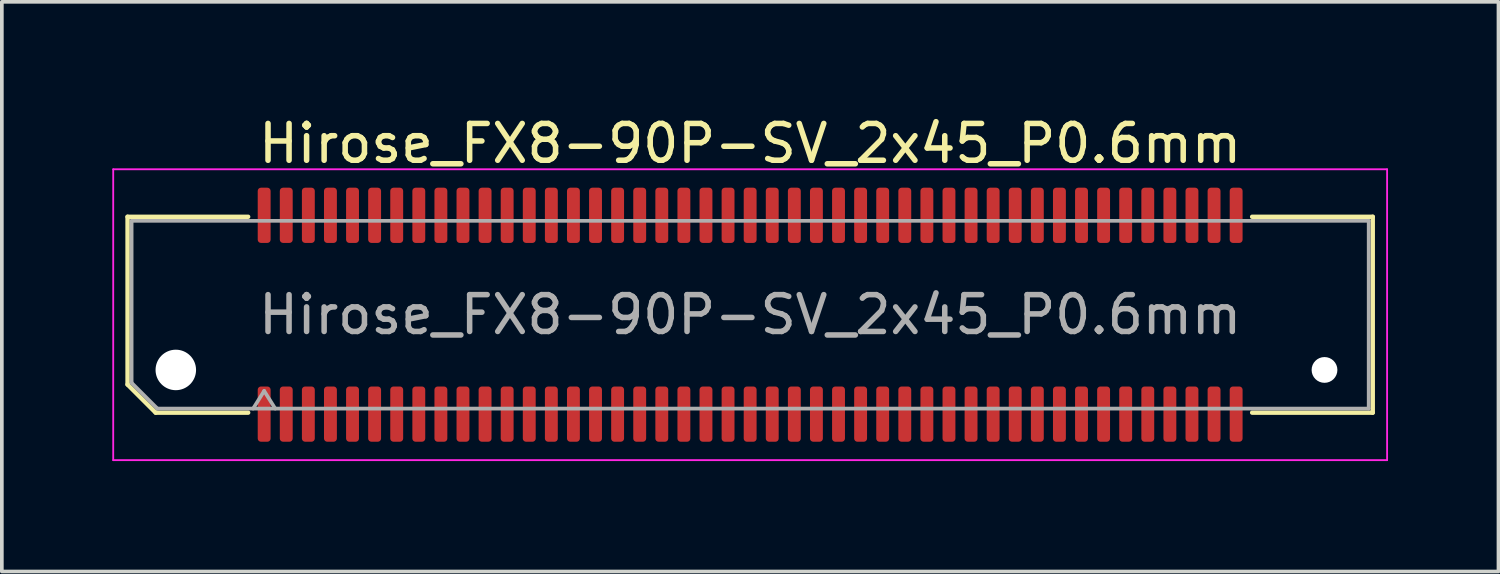
<source format=kicad_pcb>
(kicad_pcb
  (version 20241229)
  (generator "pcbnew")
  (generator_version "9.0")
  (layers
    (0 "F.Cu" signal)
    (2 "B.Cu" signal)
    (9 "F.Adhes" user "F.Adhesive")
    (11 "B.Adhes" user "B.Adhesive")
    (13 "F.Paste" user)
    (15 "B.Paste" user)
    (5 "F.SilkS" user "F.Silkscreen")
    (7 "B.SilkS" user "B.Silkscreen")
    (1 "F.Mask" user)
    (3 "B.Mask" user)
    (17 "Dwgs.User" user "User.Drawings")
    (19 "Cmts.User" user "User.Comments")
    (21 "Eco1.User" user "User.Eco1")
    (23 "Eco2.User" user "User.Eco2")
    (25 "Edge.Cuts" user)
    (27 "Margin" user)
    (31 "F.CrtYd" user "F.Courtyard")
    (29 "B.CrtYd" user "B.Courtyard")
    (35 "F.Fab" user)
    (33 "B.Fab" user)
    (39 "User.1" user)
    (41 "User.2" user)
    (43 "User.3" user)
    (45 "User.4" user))
  (footprint "Hirose_FX8-90P-SV_2x45_P0.6mm"
    (layer "F.Cu")
    (at 17.325 5.498)
    (property "Reference" "Hirose_FX8-90P-SV_2x45_P0.6mm" (at 0 -4.65 0) (layer "F.SilkS") (effects (font (size 1 1) (thickness 0.15))))
    (attr smd)
    (fp_line (start -16.91 -2.66) (end -13.635 -2.66) (stroke (width 0.12) (type solid)) (layer "F.SilkS"))
    (fp_line (start -16.91 1.896) (end -16.91 -2.66) (stroke (width 0.12) (type solid)) (layer "F.SilkS"))
    (fp_line (start -16.146 2.66) (end -16.91 1.896) (stroke (width 0.12) (type solid)) (layer "F.SilkS"))
    (fp_line (start -13.635 2.66) (end -16.146 2.66) (stroke (width 0.12) (type solid)) (layer "F.SilkS"))
    (fp_line (start 13.635 -2.66) (end 16.91 -2.66) (stroke (width 0.12) (type solid)) (layer "F.SilkS"))
    (fp_line (start 16.91 -2.66) (end 16.91 2.66) (stroke (width 0.12) (type solid)) (layer "F.SilkS"))
    (fp_line (start 16.91 2.66) (end 13.635 2.66) (stroke (width 0.12) (type solid)) (layer "F.SilkS"))
    (fp_line (start -17.3 -3.95) (end -17.3 3.95) (stroke (width 0.05) (type solid)) (layer "F.CrtYd"))
    (fp_line (start -17.3 3.95) (end 17.3 3.95) (stroke (width 0.05) (type solid)) (layer "F.CrtYd"))
    (fp_line (start 17.3 -3.95) (end -17.3 -3.95) (stroke (width 0.05) (type solid)) (layer "F.CrtYd"))
    (fp_line (start 17.3 3.95) (end 17.3 -3.95) (stroke (width 0.05) (type solid)) (layer "F.CrtYd"))
    (fp_line (start -16.8 -2.55) (end 16.8 -2.55) (stroke (width 0.1) (type solid)) (layer "F.Fab"))
    (fp_line (start -16.8 1.85) (end -16.8 -2.55) (stroke (width 0.1) (type solid)) (layer "F.Fab"))
    (fp_line (start -16.1 2.55) (end -16.8 1.85) (stroke (width 0.1) (type solid)) (layer "F.Fab"))
    (fp_line (start -13.5 2.55) (end -13.2 2.07) (stroke (width 0.1) (type solid)) (layer "F.Fab"))
    (fp_line (start -13.2 2.07) (end -12.9 2.55) (stroke (width 0.1) (type solid)) (layer "F.Fab"))
    (fp_line (start 16.8 -2.55) (end 16.8 2.55) (stroke (width 0.1) (type solid)) (layer "F.Fab"))
    (fp_line (start 16.8 2.55) (end -16.1 2.55) (stroke (width 0.1) (type solid)) (layer "F.Fab"))
    (fp_text user "${REFERENCE}" (at 0 0 0) (layer "F.Fab") (effects (font (size 1 1) (thickness 0.15))))
    (pad "" np_thru_hole circle (at -15.6 1.5) (size 1.1 1.1) (drill 1.1) (layers "*.Cu" "*.Mask"))
    (pad "" np_thru_hole circle (at 15.6 1.5) (size 0.7 0.7) (drill 0.7) (layers "*.Cu" "*.Mask"))
    (pad "1" smd roundrect (at -13.2 2.7) (size 0.35 1.5) (layers "F.Cu" "F.Mask" "F.Paste") (roundrect_rratio 0.25))
    (pad "2" smd roundrect (at -13.2 -2.7) (size 0.35 1.5) (layers "F.Cu" "F.Mask" "F.Paste") (roundrect_rratio 0.25))
    (pad "3" smd roundrect (at -12.6 2.7) (size 0.35 1.5) (layers "F.Cu" "F.Mask" "F.Paste") (roundrect_rratio 0.25))
    (pad "4" smd roundrect (at -12.6 -2.7) (size 0.35 1.5) (layers "F.Cu" "F.Mask" "F.Paste") (roundrect_rratio 0.25))
    (pad "5" smd roundrect (at -12 2.7) (size 0.35 1.5) (layers "F.Cu" "F.Mask" "F.Paste") (roundrect_rratio 0.25))
    (pad "6" smd roundrect (at -12 -2.7) (size 0.35 1.5) (layers "F.Cu" "F.Mask" "F.Paste") (roundrect_rratio 0.25))
    (pad "7" smd roundrect (at -11.4 2.7) (size 0.35 1.5) (layers "F.Cu" "F.Mask" "F.Paste") (roundrect_rratio 0.25))
    (pad "8" smd roundrect (at -11.4 -2.7) (size 0.35 1.5) (layers "F.Cu" "F.Mask" "F.Paste") (roundrect_rratio 0.25))
    (pad "9" smd roundrect (at -10.8 2.7) (size 0.35 1.5) (layers "F.Cu" "F.Mask" "F.Paste") (roundrect_rratio 0.25))
    (pad "10" smd roundrect (at -10.8 -2.7) (size 0.35 1.5) (layers "F.Cu" "F.Mask" "F.Paste") (roundrect_rratio 0.25))
    (pad "11" smd roundrect (at -10.2 2.7) (size 0.35 1.5) (layers "F.Cu" "F.Mask" "F.Paste") (roundrect_rratio 0.25))
    (pad "12" smd roundrect (at -10.2 -2.7) (size 0.35 1.5) (layers "F.Cu" "F.Mask" "F.Paste") (roundrect_rratio 0.25))
    (pad "13" smd roundrect (at -9.6 2.7) (size 0.35 1.5) (layers "F.Cu" "F.Mask" "F.Paste") (roundrect_rratio 0.25))
    (pad "14" smd roundrect (at -9.6 -2.7) (size 0.35 1.5) (layers "F.Cu" "F.Mask" "F.Paste") (roundrect_rratio 0.25))
    (pad "15" smd roundrect (at -9 2.7) (size 0.35 1.5) (layers "F.Cu" "F.Mask" "F.Paste") (roundrect_rratio 0.25))
    (pad "16" smd roundrect (at -9 -2.7) (size 0.35 1.5) (layers "F.Cu" "F.Mask" "F.Paste") (roundrect_rratio 0.25))
    (pad "17" smd roundrect (at -8.4 2.7) (size 0.35 1.5) (layers "F.Cu" "F.Mask" "F.Paste") (roundrect_rratio 0.25))
    (pad "18" smd roundrect (at -8.4 -2.7) (size 0.35 1.5) (layers "F.Cu" "F.Mask" "F.Paste") (roundrect_rratio 0.25))
    (pad "19" smd roundrect (at -7.8 2.7) (size 0.35 1.5) (layers "F.Cu" "F.Mask" "F.Paste") (roundrect_rratio 0.25))
    (pad "20" smd roundrect (at -7.8 -2.7) (size 0.35 1.5) (layers "F.Cu" "F.Mask" "F.Paste") (roundrect_rratio 0.25))
    (pad "21" smd roundrect (at -7.2 2.7) (size 0.35 1.5) (layers "F.Cu" "F.Mask" "F.Paste") (roundrect_rratio 0.25))
    (pad "22" smd roundrect (at -7.2 -2.7) (size 0.35 1.5) (layers "F.Cu" "F.Mask" "F.Paste") (roundrect_rratio 0.25))
    (pad "23" smd roundrect (at -6.6 2.7) (size 0.35 1.5) (layers "F.Cu" "F.Mask" "F.Paste") (roundrect_rratio 0.25))
    (pad "24" smd roundrect (at -6.6 -2.7) (size 0.35 1.5) (layers "F.Cu" "F.Mask" "F.Paste") (roundrect_rratio 0.25))
    (pad "25" smd roundrect (at -6 2.7) (size 0.35 1.5) (layers "F.Cu" "F.Mask" "F.Paste") (roundrect_rratio 0.25))
    (pad "26" smd roundrect (at -6 -2.7) (size 0.35 1.5) (layers "F.Cu" "F.Mask" "F.Paste") (roundrect_rratio 0.25))
    (pad "27" smd roundrect (at -5.4 2.7) (size 0.35 1.5) (layers "F.Cu" "F.Mask" "F.Paste") (roundrect_rratio 0.25))
    (pad "28" smd roundrect (at -5.4 -2.7) (size 0.35 1.5) (layers "F.Cu" "F.Mask" "F.Paste") (roundrect_rratio 0.25))
    (pad "29" smd roundrect (at -4.8 2.7) (size 0.35 1.5) (layers "F.Cu" "F.Mask" "F.Paste") (roundrect_rratio 0.25))
    (pad "30" smd roundrect (at -4.8 -2.7) (size 0.35 1.5) (layers "F.Cu" "F.Mask" "F.Paste") (roundrect_rratio 0.25))
    (pad "31" smd roundrect (at -4.2 2.7) (size 0.35 1.5) (layers "F.Cu" "F.Mask" "F.Paste") (roundrect_rratio 0.25))
    (pad "32" smd roundrect (at -4.2 -2.7) (size 0.35 1.5) (layers "F.Cu" "F.Mask" "F.Paste") (roundrect_rratio 0.25))
    (pad "33" smd roundrect (at -3.6 2.7) (size 0.35 1.5) (layers "F.Cu" "F.Mask" "F.Paste") (roundrect_rratio 0.25))
    (pad "34" smd roundrect (at -3.6 -2.7) (size 0.35 1.5) (layers "F.Cu" "F.Mask" "F.Paste") (roundrect_rratio 0.25))
    (pad "35" smd roundrect (at -3 2.7) (size 0.35 1.5) (layers "F.Cu" "F.Mask" "F.Paste") (roundrect_rratio 0.25))
    (pad "36" smd roundrect (at -3 -2.7) (size 0.35 1.5) (layers "F.Cu" "F.Mask" "F.Paste") (roundrect_rratio 0.25))
    (pad "37" smd roundrect (at -2.4 2.7) (size 0.35 1.5) (layers "F.Cu" "F.Mask" "F.Paste") (roundrect_rratio 0.25))
    (pad "38" smd roundrect (at -2.4 -2.7) (size 0.35 1.5) (layers "F.Cu" "F.Mask" "F.Paste") (roundrect_rratio 0.25))
    (pad "39" smd roundrect (at -1.8 2.7) (size 0.35 1.5) (layers "F.Cu" "F.Mask" "F.Paste") (roundrect_rratio 0.25))
    (pad "40" smd roundrect (at -1.8 -2.7) (size 0.35 1.5) (layers "F.Cu" "F.Mask" "F.Paste") (roundrect_rratio 0.25))
    (pad "41" smd roundrect (at -1.2 2.7) (size 0.35 1.5) (layers "F.Cu" "F.Mask" "F.Paste") (roundrect_rratio 0.25))
    (pad "42" smd roundrect (at -1.2 -2.7) (size 0.35 1.5) (layers "F.Cu" "F.Mask" "F.Paste") (roundrect_rratio 0.25))
    (pad "43" smd roundrect (at -0.6 2.7) (size 0.35 1.5) (layers "F.Cu" "F.Mask" "F.Paste") (roundrect_rratio 0.25))
    (pad "44" smd roundrect (at -0.6 -2.7) (size 0.35 1.5) (layers "F.Cu" "F.Mask" "F.Paste") (roundrect_rratio 0.25))
    (pad "45" smd roundrect (at 0 2.7) (size 0.35 1.5) (layers "F.Cu" "F.Mask" "F.Paste") (roundrect_rratio 0.25))
    (pad "46" smd roundrect (at 0 -2.7) (size 0.35 1.5) (layers "F.Cu" "F.Mask" "F.Paste") (roundrect_rratio 0.25))
    (pad "47" smd roundrect (at 0.6 2.7) (size 0.35 1.5) (layers "F.Cu" "F.Mask" "F.Paste") (roundrect_rratio 0.25))
    (pad "48" smd roundrect (at 0.6 -2.7) (size 0.35 1.5) (layers "F.Cu" "F.Mask" "F.Paste") (roundrect_rratio 0.25))
    (pad "49" smd roundrect (at 1.2 2.7) (size 0.35 1.5) (layers "F.Cu" "F.Mask" "F.Paste") (roundrect_rratio 0.25))
    (pad "50" smd roundrect (at 1.2 -2.7) (size 0.35 1.5) (layers "F.Cu" "F.Mask" "F.Paste") (roundrect_rratio 0.25))
    (pad "51" smd roundrect (at 1.8 2.7) (size 0.35 1.5) (layers "F.Cu" "F.Mask" "F.Paste") (roundrect_rratio 0.25))
    (pad "52" smd roundrect (at 1.8 -2.7) (size 0.35 1.5) (layers "F.Cu" "F.Mask" "F.Paste") (roundrect_rratio 0.25))
    (pad "53" smd roundrect (at 2.4 2.7) (size 0.35 1.5) (layers "F.Cu" "F.Mask" "F.Paste") (roundrect_rratio 0.25))
    (pad "54" smd roundrect (at 2.4 -2.7) (size 0.35 1.5) (layers "F.Cu" "F.Mask" "F.Paste") (roundrect_rratio 0.25))
    (pad "55" smd roundrect (at 3 2.7) (size 0.35 1.5) (layers "F.Cu" "F.Mask" "F.Paste") (roundrect_rratio 0.25))
    (pad "56" smd roundrect (at 3 -2.7) (size 0.35 1.5) (layers "F.Cu" "F.Mask" "F.Paste") (roundrect_rratio 0.25))
    (pad "57" smd roundrect (at 3.6 2.7) (size 0.35 1.5) (layers "F.Cu" "F.Mask" "F.Paste") (roundrect_rratio 0.25))
    (pad "58" smd roundrect (at 3.6 -2.7) (size 0.35 1.5) (layers "F.Cu" "F.Mask" "F.Paste") (roundrect_rratio 0.25))
    (pad "59" smd roundrect (at 4.2 2.7) (size 0.35 1.5) (layers "F.Cu" "F.Mask" "F.Paste") (roundrect_rratio 0.25))
    (pad "60" smd roundrect (at 4.2 -2.7) (size 0.35 1.5) (layers "F.Cu" "F.Mask" "F.Paste") (roundrect_rratio 0.25))
    (pad "61" smd roundrect (at 4.8 2.7) (size 0.35 1.5) (layers "F.Cu" "F.Mask" "F.Paste") (roundrect_rratio 0.25))
    (pad "62" smd roundrect (at 4.8 -2.7) (size 0.35 1.5) (layers "F.Cu" "F.Mask" "F.Paste") (roundrect_rratio 0.25))
    (pad "63" smd roundrect (at 5.4 2.7) (size 0.35 1.5) (layers "F.Cu" "F.Mask" "F.Paste") (roundrect_rratio 0.25))
    (pad "64" smd roundrect (at 5.4 -2.7) (size 0.35 1.5) (layers "F.Cu" "F.Mask" "F.Paste") (roundrect_rratio 0.25))
    (pad "65" smd roundrect (at 6 2.7) (size 0.35 1.5) (layers "F.Cu" "F.Mask" "F.Paste") (roundrect_rratio 0.25))
    (pad "66" smd roundrect (at 6 -2.7) (size 0.35 1.5) (layers "F.Cu" "F.Mask" "F.Paste") (roundrect_rratio 0.25))
    (pad "67" smd roundrect (at 6.6 2.7) (size 0.35 1.5) (layers "F.Cu" "F.Mask" "F.Paste") (roundrect_rratio 0.25))
    (pad "68" smd roundrect (at 6.6 -2.7) (size 0.35 1.5) (layers "F.Cu" "F.Mask" "F.Paste") (roundrect_rratio 0.25))
    (pad "69" smd roundrect (at 7.2 2.7) (size 0.35 1.5) (layers "F.Cu" "F.Mask" "F.Paste") (roundrect_rratio 0.25))
    (pad "70" smd roundrect (at 7.2 -2.7) (size 0.35 1.5) (layers "F.Cu" "F.Mask" "F.Paste") (roundrect_rratio 0.25))
    (pad "71" smd roundrect (at 7.8 2.7) (size 0.35 1.5) (layers "F.Cu" "F.Mask" "F.Paste") (roundrect_rratio 0.25))
    (pad "72" smd roundrect (at 7.8 -2.7) (size 0.35 1.5) (layers "F.Cu" "F.Mask" "F.Paste") (roundrect_rratio 0.25))
    (pad "73" smd roundrect (at 8.4 2.7) (size 0.35 1.5) (layers "F.Cu" "F.Mask" "F.Paste") (roundrect_rratio 0.25))
    (pad "74" smd roundrect (at 8.4 -2.7) (size 0.35 1.5) (layers "F.Cu" "F.Mask" "F.Paste") (roundrect_rratio 0.25))
    (pad "75" smd roundrect (at 9 2.7) (size 0.35 1.5) (layers "F.Cu" "F.Mask" "F.Paste") (roundrect_rratio 0.25))
    (pad "76" smd roundrect (at 9 -2.7) (size 0.35 1.5) (layers "F.Cu" "F.Mask" "F.Paste") (roundrect_rratio 0.25))
    (pad "77" smd roundrect (at 9.6 2.7) (size 0.35 1.5) (layers "F.Cu" "F.Mask" "F.Paste") (roundrect_rratio 0.25))
    (pad "78" smd roundrect (at 9.6 -2.7) (size 0.35 1.5) (layers "F.Cu" "F.Mask" "F.Paste") (roundrect_rratio 0.25))
    (pad "79" smd roundrect (at 10.2 2.7) (size 0.35 1.5) (layers "F.Cu" "F.Mask" "F.Paste") (roundrect_rratio 0.25))
    (pad "80" smd roundrect (at 10.2 -2.7) (size 0.35 1.5) (layers "F.Cu" "F.Mask" "F.Paste") (roundrect_rratio 0.25))
    (pad "81" smd roundrect (at 10.8 2.7) (size 0.35 1.5) (layers "F.Cu" "F.Mask" "F.Paste") (roundrect_rratio 0.25))
    (pad "82" smd roundrect (at 10.8 -2.7) (size 0.35 1.5) (layers "F.Cu" "F.Mask" "F.Paste") (roundrect_rratio 0.25))
    (pad "83" smd roundrect (at 11.4 2.7) (size 0.35 1.5) (layers "F.Cu" "F.Mask" "F.Paste") (roundrect_rratio 0.25))
    (pad "84" smd roundrect (at 11.4 -2.7) (size 0.35 1.5) (layers "F.Cu" "F.Mask" "F.Paste") (roundrect_rratio 0.25))
    (pad "85" smd roundrect (at 12 2.7) (size 0.35 1.5) (layers "F.Cu" "F.Mask" "F.Paste") (roundrect_rratio 0.25))
    (pad "86" smd roundrect (at 12 -2.7) (size 0.35 1.5) (layers "F.Cu" "F.Mask" "F.Paste") (roundrect_rratio 0.25))
    (pad "87" smd roundrect (at 12.6 2.7) (size 0.35 1.5) (layers "F.Cu" "F.Mask" "F.Paste") (roundrect_rratio 0.25))
    (pad "88" smd roundrect (at 12.6 -2.7) (size 0.35 1.5) (layers "F.Cu" "F.Mask" "F.Paste") (roundrect_rratio 0.25))
    (pad "89" smd roundrect (at 13.2 2.7) (size 0.35 1.5) (layers "F.Cu" "F.Mask" "F.Paste") (roundrect_rratio 0.25))
    (pad "90" smd roundrect (at 13.2 -2.7) (size 0.35 1.5) (layers "F.Cu" "F.Mask" "F.Paste") (roundrect_rratio 0.25)))
  (gr_rect
    (start -3 -3)
    (end 37.65 12.473)
    (stroke (width 0.1) (type default))
    (fill no)
    (layer "Edge.Cuts")))
</source>
